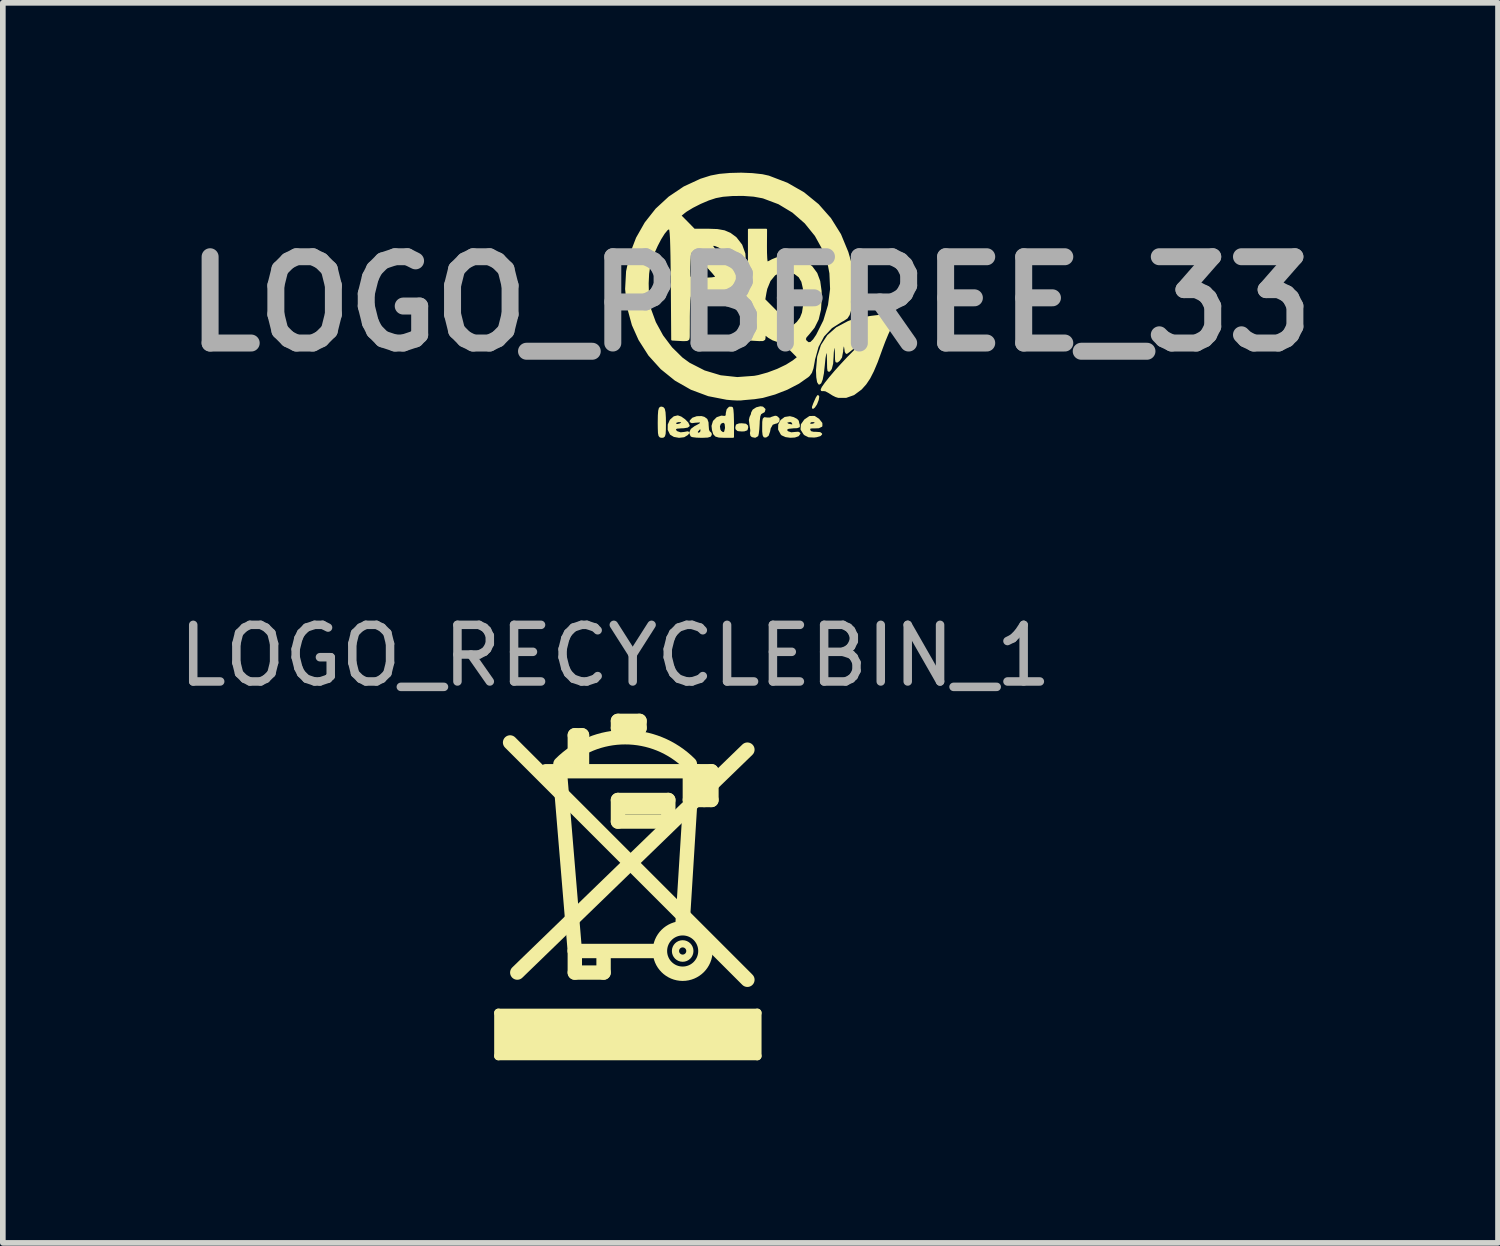
<source format=kicad_pcb>
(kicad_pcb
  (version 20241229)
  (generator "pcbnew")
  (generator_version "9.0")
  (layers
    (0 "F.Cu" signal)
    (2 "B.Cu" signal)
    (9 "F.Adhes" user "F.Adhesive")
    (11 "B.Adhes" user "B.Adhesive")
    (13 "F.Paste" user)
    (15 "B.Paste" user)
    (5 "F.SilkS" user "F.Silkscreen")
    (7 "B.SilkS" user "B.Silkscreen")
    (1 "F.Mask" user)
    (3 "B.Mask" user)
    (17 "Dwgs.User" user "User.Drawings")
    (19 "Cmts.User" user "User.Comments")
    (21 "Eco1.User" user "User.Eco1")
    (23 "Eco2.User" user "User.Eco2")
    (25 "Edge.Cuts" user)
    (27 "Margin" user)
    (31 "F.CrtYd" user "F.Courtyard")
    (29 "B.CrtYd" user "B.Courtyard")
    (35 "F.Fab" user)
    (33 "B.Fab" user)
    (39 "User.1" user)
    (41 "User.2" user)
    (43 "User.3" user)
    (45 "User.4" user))
  (footprint "LOGO_RECYCLEBIN_1"
    (layer "F.Cu")
    (at 5.705 15.651)
    (property "Reference" "LOGO_RECYCLEBIN_1" (at 2.11 -7.12 0) (layer "F.Fab") (effects (font (size 1 1) (thickness 0.15))))
    (attr through_hole)
    (fp_line (start 0.048 -0.812) (end 4.62 -0.812) (stroke (width 0.15) (type solid)) (layer "F.SilkS"))
    (fp_line (start 0.048 -0.05) (end 0.048 -0.812) (stroke (width 0.15) (type solid)) (layer "F.SilkS"))
    (fp_line (start 0.099 -0.66) (end 4.569 -0.66) (stroke (width 0.15) (type solid)) (layer "F.SilkS"))
    (fp_line (start 0.099 -0.609) (end 4.518 -0.609) (stroke (width 0.15) (type solid)) (layer "F.SilkS"))
    (fp_line (start 0.099 -0.456) (end 4.569 -0.456) (stroke (width 0.15) (type solid)) (layer "F.SilkS"))
    (fp_line (start 0.099 -0.152) (end 4.518 -0.152) (stroke (width 0.15) (type solid)) (layer "F.SilkS"))
    (fp_line (start 0.254 -5.588) (end 4.445 -1.397) (stroke (width 0.254) (type solid)) (layer "F.SilkS"))
    (fp_line (start 0.381 -1.524) (end 4.445 -5.461) (stroke (width 0.254) (type solid)) (layer "F.SilkS"))
    (fp_line (start 0.889 -5.08) (end 3.81 -5.08) (stroke (width 0.254) (type solid)) (layer "F.SilkS"))
    (fp_line (start 1.397 -5.715) (end 1.524 -5.715) (stroke (width 0.254) (type solid)) (layer "F.SilkS"))
    (fp_line (start 1.397 -5.207) (end 1.397 -5.715) (stroke (width 0.254) (type solid)) (layer "F.SilkS"))
    (fp_line (start 1.397 -1.905) (end 1.143 -4.953) (stroke (width 0.254) (type solid)) (layer "F.SilkS"))
    (fp_line (start 1.397 -1.905) (end 1.397 -1.524) (stroke (width 0.254) (type solid)) (layer "F.SilkS"))
    (fp_line (start 1.397 -1.905) (end 2.794 -1.905) (stroke (width 0.254) (type solid)) (layer "F.SilkS"))
    (fp_line (start 1.397 -1.524) (end 1.905 -1.524) (stroke (width 0.254) (type solid)) (layer "F.SilkS"))
    (fp_line (start 1.524 -5.715) (end 1.524 -5.207) (stroke (width 0.254) (type solid)) (layer "F.SilkS"))
    (fp_line (start 1.905 -1.524) (end 1.905 -1.778) (stroke (width 0.254) (type solid)) (layer "F.SilkS"))
    (fp_line (start 2.159 -5.969) (end 2.159 -5.842) (stroke (width 0.254) (type solid)) (layer "F.SilkS"))
    (fp_line (start 2.159 -5.842) (end 2.54 -5.842) (stroke (width 0.254) (type solid)) (layer "F.SilkS"))
    (fp_line (start 2.159 -4.572) (end 3.048 -4.572) (stroke (width 0.254) (type solid)) (layer "F.SilkS"))
    (fp_line (start 2.159 -4.191) (end 2.159 -4.572) (stroke (width 0.254) (type solid)) (layer "F.SilkS"))
    (fp_line (start 2.286 -4.445) (end 2.921 -4.445) (stroke (width 0.254) (type solid)) (layer "F.SilkS"))
    (fp_line (start 2.54 -5.969) (end 2.159 -5.969) (stroke (width 0.254) (type solid)) (layer "F.SilkS"))
    (fp_line (start 2.54 -5.842) (end 2.54 -5.969) (stroke (width 0.254) (type solid)) (layer "F.SilkS"))
    (fp_line (start 3.048 -4.572) (end 3.048 -4.191) (stroke (width 0.254) (type solid)) (layer "F.SilkS"))
    (fp_line (start 3.048 -4.191) (end 2.159 -4.191) (stroke (width 0.254) (type solid)) (layer "F.SilkS"))
    (fp_line (start 3.302 -2.413) (end 3.429 -4.445) (stroke (width 0.254) (type solid)) (layer "F.SilkS"))
    (fp_line (start 3.429 -5.08) (end 3.429 -4.572) (stroke (width 0.254) (type solid)) (layer "F.SilkS"))
    (fp_line (start 3.429 -4.572) (end 3.81 -4.572) (stroke (width 0.254) (type solid)) (layer "F.SilkS"))
    (fp_line (start 3.556 -5.08) (end 3.683 -4.699) (stroke (width 0.254) (type solid)) (layer "F.SilkS"))
    (fp_line (start 3.556 -4.953) (end 3.556 -4.826) (stroke (width 0.254) (type solid)) (layer "F.SilkS"))
    (fp_line (start 3.556 -4.953) (end 3.556 -4.826) (stroke (width 0.254) (type solid)) (layer "F.SilkS"))
    (fp_line (start 3.556 -4.953) (end 3.683 -4.953) (stroke (width 0.254) (type solid)) (layer "F.SilkS"))
    (fp_line (start 3.556 -4.572) (end 3.556 -4.953) (stroke (width 0.254) (type solid)) (layer "F.SilkS"))
    (fp_line (start 3.683 -4.953) (end 3.683 -4.572) (stroke (width 0.254) (type solid)) (layer "F.SilkS"))
    (fp_line (start 3.81 -4.572) (end 3.81 -5.08) (stroke (width 0.254) (type solid)) (layer "F.SilkS"))
    (fp_line (start 4.518 -0.253) (end 0.15 -0.253) (stroke (width 0.15) (type solid)) (layer "F.SilkS"))
    (fp_line (start 4.569 -0.761) (end 0.15 -0.761) (stroke (width 0.15) (type solid)) (layer "F.SilkS"))
    (fp_line (start 4.569 -0.507) (end 0.15 -0.507) (stroke (width 0.15) (type solid)) (layer "F.SilkS"))
    (fp_line (start 4.569 -0.355) (end 0.15 -0.355) (stroke (width 0.15) (type solid)) (layer "F.SilkS"))
    (fp_line (start 4.62 -0.812) (end 4.62 -0.05) (stroke (width 0.15) (type solid)) (layer "F.SilkS"))
    (fp_line (start 4.62 -0.05) (end 0.048 -0.05) (stroke (width 0.15) (type solid)) (layer "F.SilkS"))
    (fp_arc (start 1.143 -5.207) (mid 2.286 -5.680446) (end 3.429 -5.207) (stroke (width 0.254) (type solid)) (layer "F.SilkS"))
    (fp_circle (center 3.302 -1.905) (end 3.429 -1.905) (stroke (width 0.127) (type solid)) (fill no) (layer "F.SilkS"))
    (fp_circle (center 3.302 -1.905) (end 3.683 -2.032) (stroke (width 0.254) (type solid)) (fill no) (layer "F.SilkS")))
  (footprint "LOGO_PBFREE_33"
    (layer "F.Cu")
    (at 10.204 2.319)
    (property "Reference" "LOGO_PBFREE_33" (at 0 0 0) (layer "F.Fab") (effects (font (size 1.524 1.524) (thickness 0.3))))
    (attr through_hole)
    (fp_poly (pts (xy 1.199 1.635) (xy 1.19 1.69) (xy 1.161 1.765) (xy 1.127 1.816) (xy 1.104 1.835) (xy 1.103 1.82) (xy 1.124 1.762) (xy 1.13 1.748) (xy 1.167 1.664) (xy 1.191 1.626) (xy 1.199 1.635)) (stroke (width 0.033) (type solid)) (fill yes) (layer "F.SilkS"))
    (fp_poly (pts (xy -0.056 2.179) (xy -0.067 2.218) (xy -0.11 2.233) (xy -0.154 2.235) (xy -0.221 2.229) (xy -0.248 2.205) (xy -0.251 2.179) (xy -0.241 2.141) (xy -0.198 2.125) (xy -0.154 2.123) (xy -0.086 2.13) (xy -0.059 2.154) (xy -0.056 2.179)) (stroke (width 0.033) (type solid)) (fill yes) (layer "F.SilkS"))
    (fp_poly (pts (xy -1.509 2.098) (xy -1.51 2.217) (xy -1.514 2.291) (xy -1.525 2.33) (xy -1.543 2.345) (xy -1.565 2.347) (xy -1.591 2.343) (xy -1.608 2.323) (xy -1.617 2.276) (xy -1.62 2.193) (xy -1.621 2.1) (xy -1.619 1.97) (xy -1.613 1.887) (xy -1.601 1.842) (xy -1.579 1.828) (xy -1.548 1.835) (xy -1.528 1.858) (xy -1.516 1.914) (xy -1.51 2.011) (xy -1.509 2.098)) (stroke (width 0.033) (type solid)) (fill yes) (layer "F.SilkS"))
    (fp_poly (pts (xy 0.498 2.027) (xy 0.497 2.069) (xy 0.462 2.095) (xy 0.45 2.095) (xy 0.383 2.119) (xy 0.342 2.191) (xy 0.331 2.249) (xy 0.307 2.318) (xy 0.272 2.342) (xy 0.245 2.34) (xy 0.231 2.313) (xy 0.224 2.25) (xy 0.224 2.178) (xy 0.225 2.084) (xy 0.232 2.034) (xy 0.249 2.016) (xy 0.281 2.02) (xy 0.285 2.021) (xy 0.349 2.022) (xy 0.382 2.007) (xy 0.437 1.99) (xy 0.461 1.994) (xy 0.498 2.027)) (stroke (width 0.033) (type solid)) (fill yes) (layer "F.SilkS"))
    (fp_poly (pts (xy 0.249 1.861) (xy 0.238 1.899) (xy 0.203 1.918) (xy 0.175 1.936) (xy 0.158 1.981) (xy 0.148 2.065) (xy 0.146 2.115) (xy 0.14 2.213) (xy 0.131 2.288) (xy 0.123 2.323) (xy 0.083 2.346) (xy 0.032 2.336) (xy 0.014 2.319) (xy 0.007 2.276) (xy 0.011 2.269) (xy 0.014 2.229) (xy 0.004 2.159) (xy -0.000343 2.136) (xy -0.011 2.05) (xy -0.000078 2.001) (xy 0.001 1.999) (xy 0.024 1.95) (xy 0.028 1.922) (xy 0.052 1.877) (xy 0.109 1.84) (xy 0.176 1.823) (xy 0.214 1.828) (xy 0.249 1.861)) (stroke (width 0.033) (type solid)) (fill yes) (layer "F.SilkS"))
    (fp_poly (pts (xy 1.254 2.154) (xy 1.204 2.178) (xy 1.158 2.18) (xy 1.158 2.092) (xy 1.12 2.07) (xy 1.071 2.071) (xy 1.037 2.094) (xy 1.034 2.106) (xy 1.056 2.132) (xy 1.103 2.13) (xy 1.15 2.112) (xy 1.158 2.092) (xy 1.158 2.18) (xy 1.103 2.181) (xy 1.094 2.18) (xy 1.046 2.186) (xy 1.038 2.222) (xy 1.039 2.226) (xy 1.061 2.261) (xy 1.115 2.274) (xy 1.155 2.274) (xy 1.227 2.279) (xy 1.25 2.297) (xy 1.228 2.319) (xy 1.165 2.337) (xy 1.124 2.342) (xy 1.031 2.338) (xy 0.966 2.306) (xy 0.951 2.293) (xy 0.901 2.213) (xy 0.907 2.131) (xy 0.963 2.052) (xy 1.047 1.995) (xy 1.129 1.993) (xy 1.201 2.04) (xy 1.254 2.107) (xy 1.254 2.154)) (stroke (width 0.033) (type solid)) (fill yes) (layer "F.SilkS"))
    (fp_poly (pts (xy -0.307 2.347) (xy -0.433 2.347) (xy -0.433 2.177) (xy -0.44 2.111) (xy -0.465 2.084) (xy -0.489 2.082) (xy -0.535 2.104) (xy -0.556 2.158) (xy -0.547 2.222) (xy -0.529 2.252) (xy -0.484 2.284) (xy -0.45 2.265) (xy -0.434 2.199) (xy -0.433 2.177) (xy -0.433 2.347) (xy -0.46 2.347) (xy -0.555 2.343) (xy -0.61 2.327) (xy -0.64 2.295) (xy -0.642 2.293) (xy -0.663 2.225) (xy -0.671 2.154) (xy -0.647 2.074) (xy -0.588 2.014) (xy -0.512 1.988) (xy -0.475 1.992) (xy -0.434 1.993) (xy -0.42 1.957) (xy -0.419 1.928) (xy -0.405 1.867) (xy -0.37 1.83) (xy -0.331 1.831) (xy -0.324 1.837) (xy -0.317 1.87) (xy -0.311 1.946) (xy -0.308 2.05) (xy -0.307 2.1) (xy -0.307 2.347)) (stroke (width 0.033) (type solid)) (fill yes) (layer "F.SilkS"))
    (fp_poly (pts (xy -1.09 2.15) (xy -1.115 2.168) (xy -1.178 2.178) (xy -1.201 2.179) (xy -1.201 2.092) (xy -1.223 2.072) (xy -1.271 2.069) (xy -1.314 2.082) (xy -1.325 2.092) (xy -1.328 2.127) (xy -1.325 2.13) (xy -1.288 2.137) (xy -1.238 2.124) (xy -1.204 2.1) (xy -1.201 2.092) (xy -1.201 2.179) (xy -1.215 2.179) (xy -1.303 2.186) (xy -1.338 2.207) (xy -1.321 2.243) (xy -1.3 2.262) (xy -1.235 2.283) (xy -1.168 2.276) (xy -1.109 2.265) (xy -1.095 2.273) (xy -1.115 2.301) (xy -1.175 2.337) (xy -1.261 2.347) (xy -1.347 2.332) (xy -1.407 2.296) (xy -1.445 2.219) (xy -1.444 2.132) (xy -1.409 2.054) (xy -1.347 1.999) (xy -1.284 1.984) (xy -1.229 2.003) (xy -1.165 2.048) (xy -1.112 2.102) (xy -1.09 2.15) (xy -1.09 2.15)) (stroke (width 0.033) (type solid)) (fill yes) (layer "F.SilkS"))
    (fp_poly (pts (xy 0.866 2.286) (xy 0.842 2.321) (xy 0.782 2.342) (xy 0.703 2.346) (xy 0.624 2.335) (xy 0.561 2.307) (xy 0.549 2.296) (xy 0.505 2.214) (xy 0.507 2.132) (xy 0.545 2.06) (xy 0.611 2.011) (xy 0.696 1.998) (xy 0.757 2.013) (xy 0.813 2.042) (xy 0.838 2.068) (xy 0.838 2.069) (xy 0.847 2.112) (xy 0.855 2.135) (xy 0.856 2.164) (xy 0.821 2.177) (xy 0.759 2.179) (xy 0.754 2.18) (xy 0.754 2.109) (xy 0.731 2.075) (xy 0.7 2.068) (xy 0.645 2.079) (xy 0.631 2.104) (xy 0.661 2.128) (xy 0.677 2.132) (xy 0.729 2.143) (xy 0.747 2.148) (xy 0.754 2.129) (xy 0.754 2.109) (xy 0.754 2.18) (xy 0.67 2.188) (xy 0.629 2.211) (xy 0.64 2.248) (xy 0.656 2.262) (xy 0.718 2.283) (xy 0.781 2.277) (xy 0.842 2.272) (xy 0.866 2.286) (xy 0.866 2.286)) (stroke (width 0.033) (type solid)) (fill yes) (layer "F.SilkS"))
    (fp_poly (pts (xy -0.699 2.305) (xy -0.712 2.33) (xy -0.758 2.343) (xy -0.849 2.347) (xy -0.861 2.347) (xy -0.866 2.347) (xy -0.866 2.232) (xy -0.872 2.191) (xy -0.898 2.2) (xy -0.908 2.207) (xy -0.943 2.248) (xy -0.95 2.267) (xy -0.927 2.288) (xy -0.908 2.291) (xy -0.874 2.267) (xy -0.866 2.232) (xy -0.866 2.347) (xy -0.952 2.344) (xy -1.019 2.336) (xy -1.043 2.328) (xy -1.065 2.274) (xy -1.04 2.217) (xy -0.974 2.168) (xy -0.964 2.164) (xy -0.891 2.124) (xy -0.867 2.093) (xy -0.891 2.075) (xy -0.963 2.08) (xy -0.967 2.08) (xy -1.034 2.088) (xy -1.057 2.076) (xy -1.056 2.064) (xy -1.017 2.023) (xy -0.945 1.998) (xy -0.866 1.996) (xy -0.821 2.008) (xy -0.776 2.04) (xy -0.757 2.093) (xy -0.754 2.151) (xy -0.748 2.221) (xy -0.733 2.26) (xy -0.726 2.263) (xy -0.702 2.286) (xy -0.699 2.305)) (stroke (width 0.033) (type solid)) (fill yes) (layer "F.SilkS"))
    (fp_poly (pts (xy 2.597 0.224) (xy 2.514 0.343) (xy 2.473 0.415) (xy 2.421 0.525) (xy 2.365 0.66) (xy 2.311 0.804) (xy 2.307 0.816) (xy 2.232 1.022) (xy 2.164 1.183) (xy 2.1 1.308) (xy 2.033 1.408) (xy 1.959 1.491) (xy 1.95 1.5) (xy 1.823 1.594) (xy 1.687 1.642) (xy 1.555 1.642) (xy 1.509 1.628) (xy 1.457 1.602) (xy 1.391 1.56) (xy 1.39 1.559) (xy 1.33 1.527) (xy 1.288 1.521) (xy 1.285 1.523) (xy 1.26 1.522) (xy 1.257 1.512) (xy 1.276 1.472) (xy 1.327 1.4) (xy 1.404 1.303) (xy 1.499 1.191) (xy 1.608 1.07) (xy 1.722 0.948) (xy 1.835 0.834) (xy 1.841 0.828) (xy 1.937 0.733) (xy 2.016 0.654) (xy 2.072 0.597) (xy 2.095 0.57) (xy 2.095 0.569) (xy 2.081 0.558) (xy 2.036 0.584) (xy 1.957 0.647) (xy 1.885 0.711) (xy 1.805 0.783) (xy 1.74 0.836) (xy 1.702 0.863) (xy 1.697 0.865) (xy 1.682 0.842) (xy 1.676 0.796) (xy 1.667 0.744) (xy 1.648 0.726) (xy 1.631 0.751) (xy 1.621 0.813) (xy 1.621 0.834) (xy 1.601 0.94) (xy 1.565 0.992) (xy 1.533 1.018) (xy 1.517 1.016) (xy 1.51 0.978) (xy 1.509 0.894) (xy 1.509 0.883) (xy 1.504 0.791) (xy 1.492 0.744) (xy 1.481 0.74) (xy 1.466 0.775) (xy 1.456 0.849) (xy 1.452 0.931) (xy 1.444 1.052) (xy 1.422 1.138) (xy 1.41 1.158) (xy 1.389 1.181) (xy 1.377 1.175) (xy 1.371 1.132) (xy 1.369 1.044) (xy 1.369 1.006) (xy 1.365 0.894) (xy 1.355 0.836) (xy 1.341 0.828) (xy 1.325 0.868) (xy 1.309 0.955) (xy 1.297 1.077) (xy 1.281 1.224) (xy 1.26 1.33) (xy 1.236 1.391) (xy 1.213 1.407) (xy 1.193 1.375) (xy 1.179 1.292) (xy 1.174 1.171) (xy 1.195 0.934) (xy 1.26 0.732) (xy 1.37 0.562) (xy 1.525 0.425) (xy 1.727 0.318) (xy 1.758 0.306) (xy 1.857 0.276) (xy 1.985 0.249) (xy 2.129 0.226) (xy 2.272 0.209) (xy 2.399 0.2) (xy 2.494 0.201) (xy 2.522 0.205) (xy 2.597 0.224)) (stroke (width 0.033) (type solid)) (fill yes) (layer "F.SilkS"))
    (fp_poly (pts (xy 1.797 -0.292) (xy 1.792 -0.125) (xy 1.779 0.02) (xy 1.764 0.1) (xy 1.737 0.188) (xy 1.702 0.243) (xy 1.641 0.284) (xy 1.608 0.301) (xy 1.427 0.415) (xy 1.423 0.42) (xy 1.423 -0.264) (xy 1.411 -0.543) (xy 1.386 -0.677) (xy 1.293 -0.956) (xy 1.152 -1.211) (xy 0.97 -1.436) (xy 0.751 -1.627) (xy 0.502 -1.777) (xy 0.228 -1.88) (xy 0.207 -1.885) (xy 0.058 -1.912) (xy -0.122 -1.925) (xy -0.311 -1.924) (xy -0.487 -1.91) (xy -0.614 -1.886) (xy -0.742 -1.844) (xy -0.885 -1.783) (xy -1.023 -1.713) (xy -1.135 -1.645) (xy -1.171 -1.618) (xy -1.239 -1.562) (xy -1.116 -1.438) (xy -0.994 -1.313) (xy -0.747 -1.313) (xy -0.584 -1.307) (xy -0.461 -1.285) (xy -0.361 -1.242) (xy -0.268 -1.174) (xy -0.256 -1.163) (xy -0.161 -1.04) (xy -0.106 -0.888) (xy -0.095 -0.719) (xy -0.114 -0.603) (xy -0.132 -0.521) (xy -0.131 -0.47) (xy -0.108 -0.432) (xy -0.088 -0.411) (xy -0.028 -0.351) (xy -0.028 -0.832) (xy -0.028 -1.313) (xy 0.124 -1.313) (xy 0.277 -1.313) (xy 0.275 -1.027) (xy 0.276 -0.907) (xy 0.28 -0.81) (xy 0.286 -0.749) (xy 0.291 -0.733) (xy 0.324 -0.742) (xy 0.38 -0.772) (xy 0.382 -0.774) (xy 0.463 -0.807) (xy 0.582 -0.828) (xy 0.64 -0.833) (xy 0.745 -0.836) (xy 0.818 -0.828) (xy 0.883 -0.801) (xy 0.963 -0.75) (xy 1.082 -0.652) (xy 1.165 -0.54) (xy 1.216 -0.402) (xy 1.24 -0.229) (xy 1.243 -0.113) (xy 1.23 0.097) (xy 1.19 0.267) (xy 1.119 0.41) (xy 1.028 0.523) (xy 0.976 0.582) (xy 0.961 0.621) (xy 0.977 0.655) (xy 0.977 0.655) (xy 1.022 0.692) (xy 1.067 0.686) (xy 1.119 0.635) (xy 1.175 0.552) (xy 1.303 0.296) (xy 1.386 0.02) (xy 1.423 -0.264) (xy 1.423 0.42) (xy 1.288 0.564) (xy 1.188 0.751) (xy 1.125 0.977) (xy 1.118 1.02) (xy 1.097 1.133) (xy 1.071 1.208) (xy 1.033 1.26) (xy 1.012 1.279) (xy 0.95 1.322) (xy 0.95 -0.115) (xy 0.942 -0.279) (xy 0.914 -0.399) (xy 0.864 -0.484) (xy 0.787 -0.542) (xy 0.783 -0.544) (xy 0.652 -0.586) (xy 0.531 -0.576) (xy 0.425 -0.518) (xy 0.34 -0.415) (xy 0.281 -0.271) (xy 0.266 -0.199) (xy 0.245 -0.077) (xy 0.478 0.157) (xy 0.572 0.249) (xy 0.653 0.323) (xy 0.713 0.374) (xy 0.742 0.391) (xy 0.781 0.372) (xy 0.831 0.328) (xy 0.889 0.25) (xy 0.926 0.156) (xy 0.945 0.033) (xy 0.95 -0.115) (xy 0.95 1.322) (xy 0.848 1.394) (xy 0.843 1.396) (xy 0.843 0.942) (xy 0.711 0.809) (xy 0.606 0.717) (xy 0.514 0.665) (xy 0.488 0.658) (xy 0.398 0.627) (xy 0.324 0.584) (xy 0.251 0.527) (xy 0.251 0.586) (xy 0.246 0.622) (xy 0.218 0.638) (xy 0.156 0.639) (xy 0.119 0.637) (xy -0.014 0.629) (xy -0.018 0.356) (xy -0.022 0.226) (xy -0.032 0.132) (xy -0.057 0.058) (xy -0.104 -0.011) (xy -0.179 -0.09) (xy -0.268 -0.174) (xy -0.323 -0.22) (xy -0.367 -0.235) (xy -0.424 -0.222) (xy -0.424 -0.807) (xy -0.43 -0.877) (xy -0.447 -0.923) (xy -0.491 -0.97) (xy -0.557 -1.013) (xy -0.625 -1.041) (xy -0.676 -1.044) (xy -0.68 -1.042) (xy -0.674 -1.017) (xy -0.636 -0.964) (xy -0.573 -0.894) (xy -0.568 -0.889) (xy -0.497 -0.819) (xy -0.454 -0.786) (xy -0.433 -0.784) (xy -0.424 -0.807) (xy -0.424 -0.222) (xy -0.426 -0.222) (xy -0.461 -0.21) (xy -0.544 -0.191) (xy -0.603 -0.183) (xy -0.603 -0.472) (xy -0.616 -0.498) (xy -0.661 -0.553) (xy -0.727 -0.626) (xy -0.805 -0.709) (xy -0.886 -0.79) (xy -0.961 -0.861) (xy -1.018 -0.911) (xy -1.05 -0.931) (xy -1.059 -0.908) (xy -1.068 -0.845) (xy -1.075 -0.757) (xy -1.08 -0.659) (xy -1.081 -0.568) (xy -1.078 -0.499) (xy -1.072 -0.469) (xy -1.038 -0.458) (xy -0.966 -0.45) (xy -0.871 -0.448) (xy -0.771 -0.449) (xy -0.681 -0.454) (xy -0.62 -0.464) (xy -0.603 -0.472) (xy -0.603 -0.183) (xy -0.661 -0.176) (xy -0.79 -0.169) (xy -0.814 -0.169) (xy -0.942 -0.166) (xy -1.022 -0.156) (xy -1.062 -0.14) (xy -1.071 -0.129) (xy -1.077 -0.086) (xy -1.082 -0.001) (xy -1.085 0.114) (xy -1.087 0.22) (xy -1.087 0.352) (xy -1.088 0.467) (xy -1.088 0.552) (xy -1.089 0.588) (xy -1.095 0.621) (xy -1.122 0.637) (xy -1.183 0.64) (xy -1.236 0.637) (xy -1.383 0.629) (xy -1.39 -0.356) (xy -1.393 -0.629) (xy -1.396 -0.85) (xy -1.4 -1.024) (xy -1.404 -1.155) (xy -1.41 -1.248) (xy -1.417 -1.307) (xy -1.426 -1.336) (xy -1.433 -1.341) (xy -1.475 -1.316) (xy -1.529 -1.25) (xy -1.591 -1.151) (xy -1.653 -1.032) (xy -1.711 -0.903) (xy -1.758 -0.774) (xy -1.787 -0.671) (xy -1.806 -0.534) (xy -1.814 -0.367) (xy -1.81 -0.191) (xy -1.796 -0.029) (xy -1.775 0.084) (xy -1.686 0.327) (xy -1.557 0.563) (xy -1.396 0.777) (xy -1.212 0.958) (xy -1.083 1.052) (xy -0.815 1.189) (xy -0.529 1.275) (xy -0.233 1.307) (xy 0.068 1.285) (xy 0.142 1.271) (xy 0.308 1.225) (xy 0.479 1.161) (xy 0.637 1.085) (xy 0.76 1.008) (xy 0.766 1.003) (xy 0.843 0.942) (xy 0.843 1.396) (xy 0.647 1.498) (xy 0.429 1.583) (xy 0.215 1.643) (xy 0.07 1.665) (xy -0.034 1.674) (xy -0.125 1.682) (xy -0.168 1.687) (xy -0.232 1.688) (xy -0.329 1.683) (xy -0.419 1.675) (xy -0.742 1.612) (xy -1.045 1.499) (xy -1.324 1.34) (xy -1.573 1.139) (xy -1.788 0.901) (xy -1.962 0.628) (xy -2.078 0.369) (xy -2.164 0.053) (xy -2.197 -0.264) (xy -2.18 -0.576) (xy -2.115 -0.878) (xy -2.005 -1.164) (xy -1.853 -1.431) (xy -1.662 -1.673) (xy -1.433 -1.884) (xy -1.17 -2.061) (xy -0.876 -2.197) (xy -0.699 -2.253) (xy -0.547 -2.282) (xy -0.362 -2.298) (xy -0.163 -2.303) (xy 0.033 -2.295) (xy 0.208 -2.276) (xy 0.321 -2.251) (xy 0.647 -2.126) (xy 0.938 -1.959) (xy 1.193 -1.751) (xy 1.409 -1.506) (xy 1.584 -1.226) (xy 1.713 -0.914) (xy 1.763 -0.739) (xy 1.782 -0.618) (xy 1.793 -0.463) (xy 1.797 -0.292)) (stroke (width 0.033) (type solid)) (fill yes) (layer "F.SilkS")))
  (gr_rect
    (start -3 -3)
    (end 23.407 18.901)
    (stroke (width 0.1) (type default))
    (fill no)
    (layer "Edge.Cuts")))
</source>
